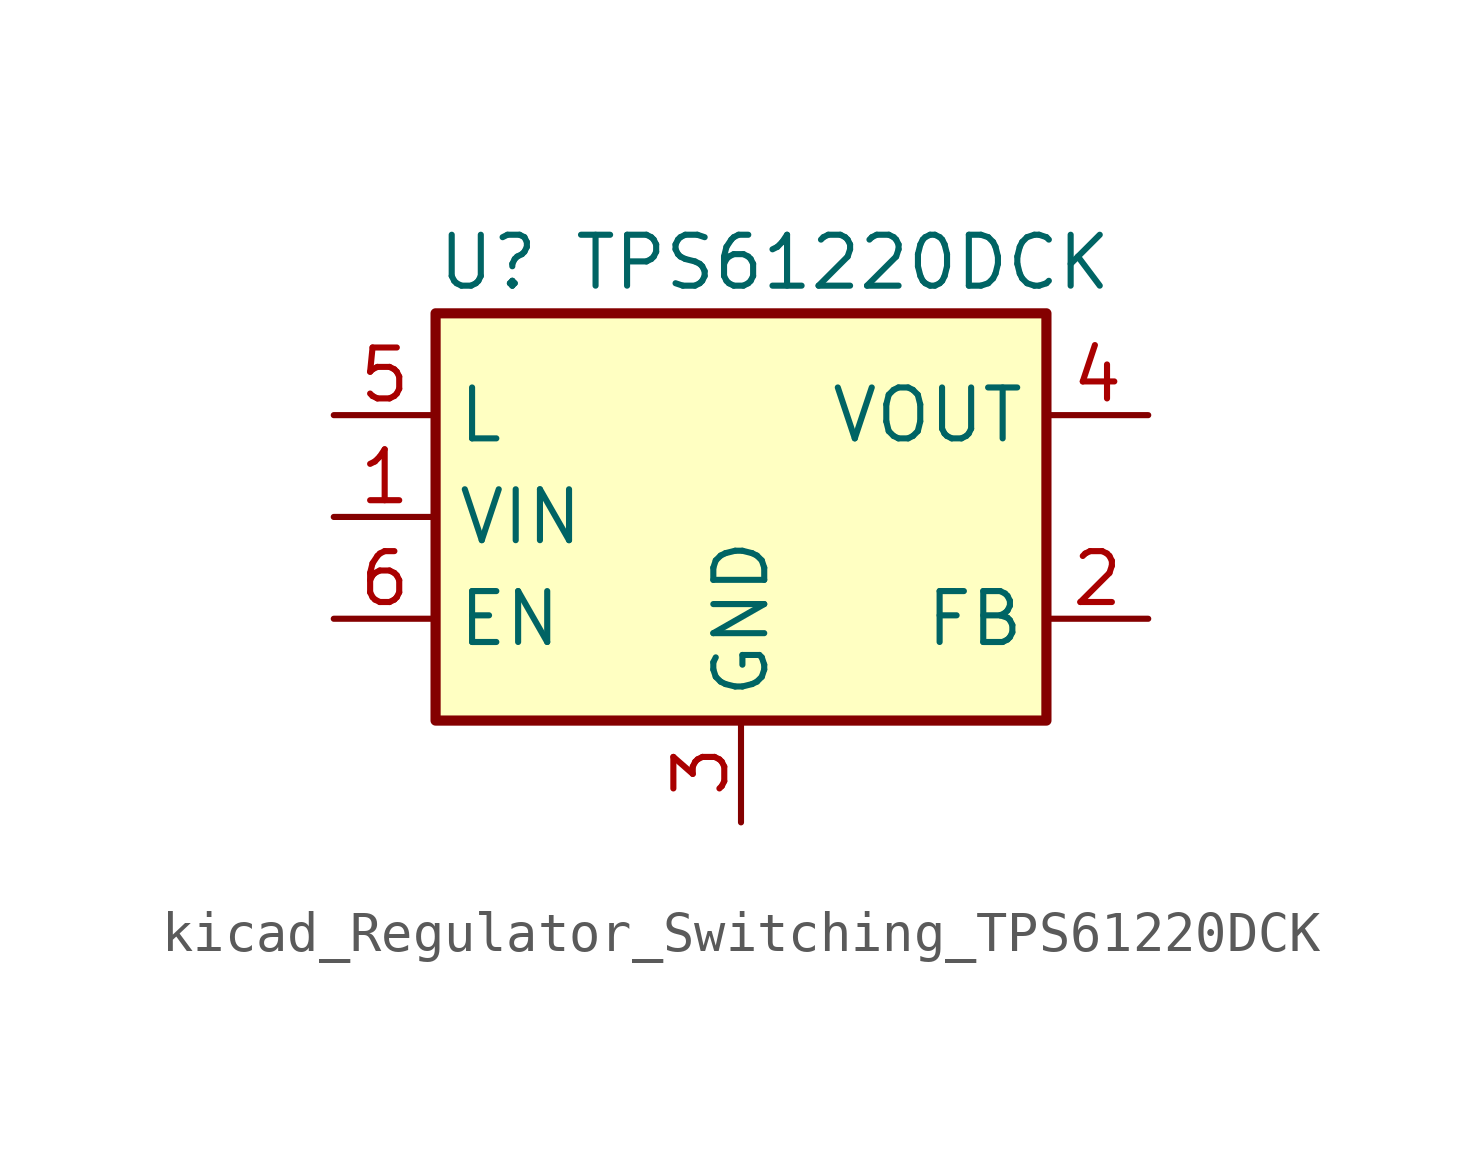
<source format=kicad_sym>
(kicad_symbol_lib
  (version 20220914)
  (generator kicad_symbol_editor)
  (symbol "kicad_Regulator_Switching_TPS61220DCK"
    (property "Reference" "U"
      (at -7.62 6.35 0)
      (effects (font (size 1.27 1.27)) (justify left)))
    (property "Value" "TPS61220DCK"
      (at 2.54 6.35 0)
      (effects (font (size 1.27 1.27))))
    (symbol "kicad_Regulator_Switching_TPS61220DCK_0_1"
      (rectangle (start -7.62 5.08) (end 7.62 -5.08) (stroke (width 0.254) (type default)) (fill (type background))))
    (symbol "kicad_Regulator_Switching_TPS61220DCK_1_1"
      (pin power_in line (at -10.16 0 0) (length 2.54) (name "VIN" (effects (font (size 1.27 1.27)))) (number "1" (effects (font (size 1.27 1.27)))))
      (pin input line (at 10.16 -2.54 180) (length 2.54) (name "FB" (effects (font (size 1.27 1.27)))) (number "2" (effects (font (size 1.27 1.27)))))
      (pin power_in line (at 0 -7.62 90) (length 2.54) (name "GND" (effects (font (size 1.27 1.27)))) (number "3" (effects (font (size 1.27 1.27)))))
      (pin power_out line (at 10.16 2.54 180) (length 2.54) (name "VOUT" (effects (font (size 1.27 1.27)))) (number "4" (effects (font (size 1.27 1.27)))))
      (pin power_in line (at -10.16 2.54 0) (length 2.54) (name "L" (effects (font (size 1.27 1.27)))) (number "5" (effects (font (size 1.27 1.27)))))
      (pin input line (at -10.16 -2.54 0) (length 2.54) (name "EN" (effects (font (size 1.27 1.27)))) (number "6" (effects (font (size 1.27 1.27))))))))
</source>
